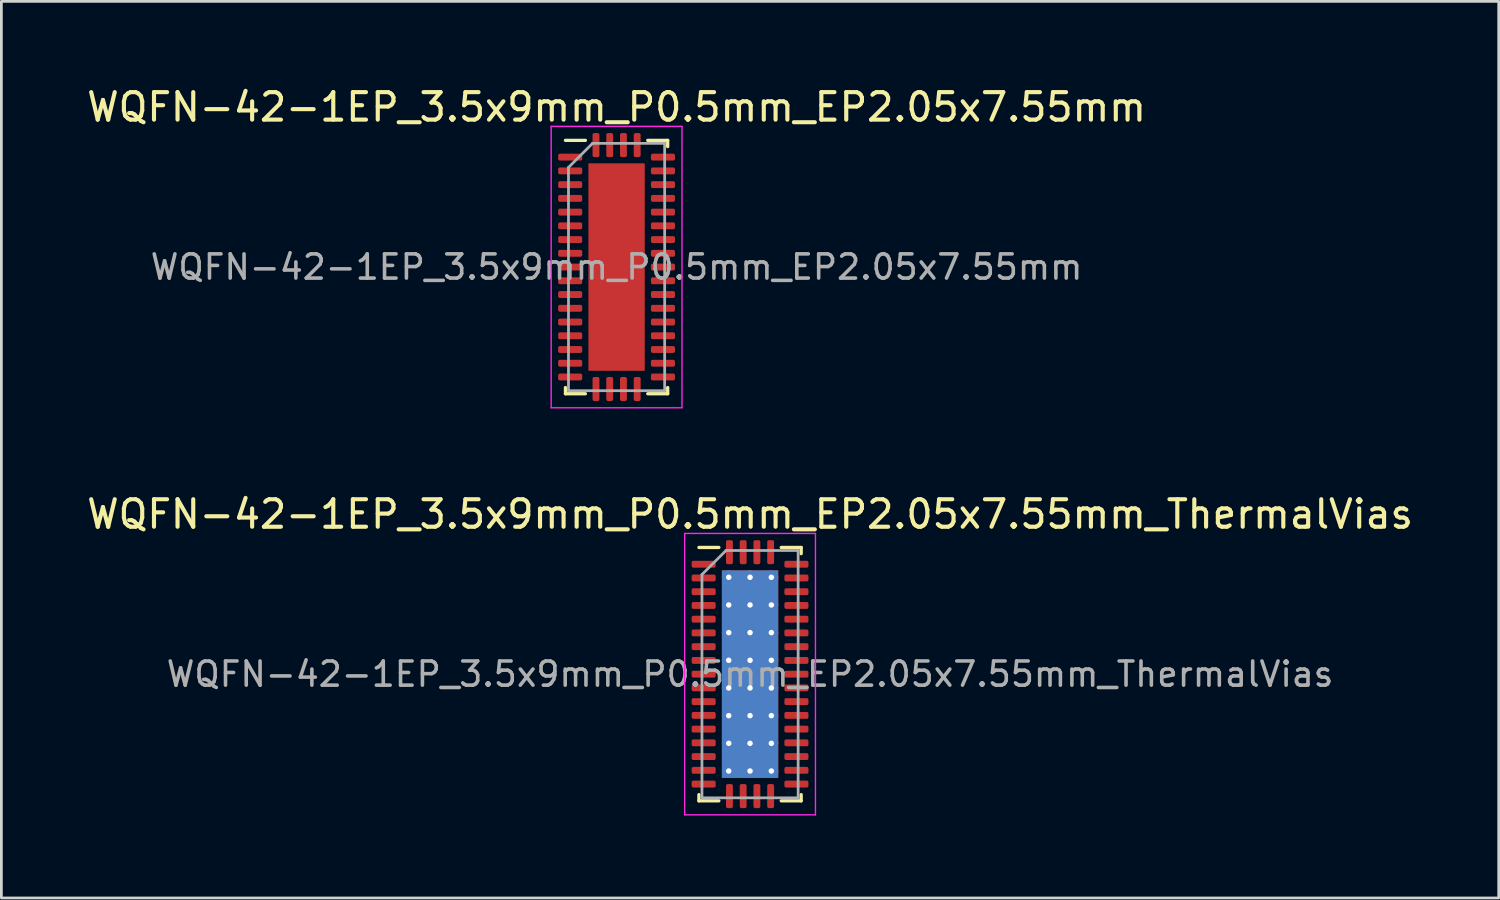
<source format=kicad_pcb>
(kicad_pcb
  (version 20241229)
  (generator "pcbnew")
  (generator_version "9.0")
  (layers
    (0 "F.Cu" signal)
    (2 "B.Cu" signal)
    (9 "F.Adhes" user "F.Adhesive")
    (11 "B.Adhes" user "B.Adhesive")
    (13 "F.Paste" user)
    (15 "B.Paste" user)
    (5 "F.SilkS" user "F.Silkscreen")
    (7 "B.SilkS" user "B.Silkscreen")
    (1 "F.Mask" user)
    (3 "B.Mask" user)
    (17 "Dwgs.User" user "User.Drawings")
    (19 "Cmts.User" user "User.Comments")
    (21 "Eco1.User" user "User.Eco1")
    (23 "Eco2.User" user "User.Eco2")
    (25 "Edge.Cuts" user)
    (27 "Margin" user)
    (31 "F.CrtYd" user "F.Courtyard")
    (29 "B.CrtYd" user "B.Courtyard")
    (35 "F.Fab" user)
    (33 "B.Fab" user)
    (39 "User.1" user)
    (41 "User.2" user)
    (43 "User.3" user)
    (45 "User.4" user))
  (footprint "WQFN-42-1EP_3.5x9mm_P0.5mm_EP2.05x7.55mm"
    (layer "F.Cu")
    (at 19.387 6.668)
    (property "Reference" "WQFN-42-1EP_3.5x9mm_P0.5mm_EP2.05x7.55mm" (at 0 -5.82 0) (layer "F.SilkS") (effects (font (size 1 1) (thickness 0.15))))
    (attr smd)
    (fp_line (start -1.86 4.61) (end -1.86 4.385) (stroke (width 0.12) (type solid)) (layer "F.SilkS"))
    (fp_line (start -1.135 -4.61) (end -1.86 -4.61) (stroke (width 0.12) (type solid)) (layer "F.SilkS"))
    (fp_line (start -1.135 4.61) (end -1.86 4.61) (stroke (width 0.12) (type solid)) (layer "F.SilkS"))
    (fp_line (start 1.135 -4.61) (end 1.86 -4.61) (stroke (width 0.12) (type solid)) (layer "F.SilkS"))
    (fp_line (start 1.135 4.61) (end 1.86 4.61) (stroke (width 0.12) (type solid)) (layer "F.SilkS"))
    (fp_line (start 1.86 -4.61) (end 1.86 -4.385) (stroke (width 0.12) (type solid)) (layer "F.SilkS"))
    (fp_line (start 1.86 4.61) (end 1.86 4.385) (stroke (width 0.12) (type solid)) (layer "F.SilkS"))
    (fp_line (start -2.38 -5.12) (end -2.38 5.12) (stroke (width 0.05) (type solid)) (layer "F.CrtYd"))
    (fp_line (start -2.38 5.12) (end 2.38 5.12) (stroke (width 0.05) (type solid)) (layer "F.CrtYd"))
    (fp_line (start 2.38 -5.12) (end -2.38 -5.12) (stroke (width 0.05) (type solid)) (layer "F.CrtYd"))
    (fp_line (start 2.38 5.12) (end 2.38 -5.12) (stroke (width 0.05) (type solid)) (layer "F.CrtYd"))
    (fp_line (start -1.75 -3.625) (end -0.875 -4.5) (stroke (width 0.1) (type solid)) (layer "F.Fab"))
    (fp_line (start -1.75 4.5) (end -1.75 -3.625) (stroke (width 0.1) (type solid)) (layer "F.Fab"))
    (fp_line (start -0.875 -4.5) (end 1.75 -4.5) (stroke (width 0.1) (type solid)) (layer "F.Fab"))
    (fp_line (start 1.75 -4.5) (end 1.75 4.5) (stroke (width 0.1) (type solid)) (layer "F.Fab"))
    (fp_line (start 1.75 4.5) (end -1.75 4.5) (stroke (width 0.1) (type solid)) (layer "F.Fab"))
    (fp_text user "${REFERENCE}" (at 0 0 0) (layer "F.Fab") (effects (font (size 0.88 0.88) (thickness 0.13))))
    (pad "" smd roundrect (at -0.51 -3.24) (size 0.83 0.87) (layers "F.Paste") (roundrect_rratio 0.25))
    (pad "" smd roundrect (at -0.51 -2.16) (size 0.83 0.87) (layers "F.Paste") (roundrect_rratio 0.25))
    (pad "" smd roundrect (at -0.51 -1.08) (size 0.83 0.87) (layers "F.Paste") (roundrect_rratio 0.25))
    (pad "" smd roundrect (at -0.51 0) (size 0.83 0.87) (layers "F.Paste") (roundrect_rratio 0.25))
    (pad "" smd roundrect (at -0.51 1.08) (size 0.83 0.87) (layers "F.Paste") (roundrect_rratio 0.25))
    (pad "" smd roundrect (at -0.51 2.16) (size 0.83 0.87) (layers "F.Paste") (roundrect_rratio 0.25))
    (pad "" smd roundrect (at -0.51 3.24) (size 0.83 0.87) (layers "F.Paste") (roundrect_rratio 0.25))
    (pad "" smd roundrect (at 0.51 -3.24) (size 0.83 0.87) (layers "F.Paste") (roundrect_rratio 0.25))
    (pad "" smd roundrect (at 0.51 -2.16) (size 0.83 0.87) (layers "F.Paste") (roundrect_rratio 0.25))
    (pad "" smd roundrect (at 0.51 -1.08) (size 0.83 0.87) (layers "F.Paste") (roundrect_rratio 0.25))
    (pad "" smd roundrect (at 0.51 0) (size 0.83 0.87) (layers "F.Paste") (roundrect_rratio 0.25))
    (pad "" smd roundrect (at 0.51 1.08) (size 0.83 0.87) (layers "F.Paste") (roundrect_rratio 0.25))
    (pad "" smd roundrect (at 0.51 2.16) (size 0.83 0.87) (layers "F.Paste") (roundrect_rratio 0.25))
    (pad "" smd roundrect (at 0.51 3.24) (size 0.83 0.87) (layers "F.Paste") (roundrect_rratio 0.25))
    (pad "1" smd roundrect (at -1.688 -4) (size 0.875 0.25) (layers "F.Cu" "F.Mask" "F.Paste") (roundrect_rratio 0.25))
    (pad "2" smd roundrect (at -1.688 -3.5) (size 0.875 0.25) (layers "F.Cu" "F.Mask" "F.Paste") (roundrect_rratio 0.25))
    (pad "3" smd roundrect (at -1.688 -3) (size 0.875 0.25) (layers "F.Cu" "F.Mask" "F.Paste") (roundrect_rratio 0.25))
    (pad "4" smd roundrect (at -1.688 -2.5) (size 0.875 0.25) (layers "F.Cu" "F.Mask" "F.Paste") (roundrect_rratio 0.25))
    (pad "5" smd roundrect (at -1.688 -2) (size 0.875 0.25) (layers "F.Cu" "F.Mask" "F.Paste") (roundrect_rratio 0.25))
    (pad "6" smd roundrect (at -1.688 -1.5) (size 0.875 0.25) (layers "F.Cu" "F.Mask" "F.Paste") (roundrect_rratio 0.25))
    (pad "7" smd roundrect (at -1.688 -1) (size 0.875 0.25) (layers "F.Cu" "F.Mask" "F.Paste") (roundrect_rratio 0.25))
    (pad "8" smd roundrect (at -1.688 -0.5) (size 0.875 0.25) (layers "F.Cu" "F.Mask" "F.Paste") (roundrect_rratio 0.25))
    (pad "9" smd roundrect (at -1.688 0) (size 0.875 0.25) (layers "F.Cu" "F.Mask" "F.Paste") (roundrect_rratio 0.25))
    (pad "10" smd roundrect (at -1.688 0.5) (size 0.875 0.25) (layers "F.Cu" "F.Mask" "F.Paste") (roundrect_rratio 0.25))
    (pad "11" smd roundrect (at -1.688 1) (size 0.875 0.25) (layers "F.Cu" "F.Mask" "F.Paste") (roundrect_rratio 0.25))
    (pad "12" smd roundrect (at -1.688 1.5) (size 0.875 0.25) (layers "F.Cu" "F.Mask" "F.Paste") (roundrect_rratio 0.25))
    (pad "13" smd roundrect (at -1.688 2) (size 0.875 0.25) (layers "F.Cu" "F.Mask" "F.Paste") (roundrect_rratio 0.25))
    (pad "14" smd roundrect (at -1.688 2.5) (size 0.875 0.25) (layers "F.Cu" "F.Mask" "F.Paste") (roundrect_rratio 0.25))
    (pad "15" smd roundrect (at -1.688 3) (size 0.875 0.25) (layers "F.Cu" "F.Mask" "F.Paste") (roundrect_rratio 0.25))
    (pad "16" smd roundrect (at -1.688 3.5) (size 0.875 0.25) (layers "F.Cu" "F.Mask" "F.Paste") (roundrect_rratio 0.25))
    (pad "17" smd roundrect (at -1.688 4) (size 0.875 0.25) (layers "F.Cu" "F.Mask" "F.Paste") (roundrect_rratio 0.25))
    (pad "18" smd roundrect (at -0.75 4.438) (size 0.25 0.875) (layers "F.Cu" "F.Mask" "F.Paste") (roundrect_rratio 0.25))
    (pad "19" smd roundrect (at -0.25 4.438) (size 0.25 0.875) (layers "F.Cu" "F.Mask" "F.Paste") (roundrect_rratio 0.25))
    (pad "20" smd roundrect (at 0.25 4.438) (size 0.25 0.875) (layers "F.Cu" "F.Mask" "F.Paste") (roundrect_rratio 0.25))
    (pad "21" smd roundrect (at 0.75 4.438) (size 0.25 0.875) (layers "F.Cu" "F.Mask" "F.Paste") (roundrect_rratio 0.25))
    (pad "22" smd roundrect (at 1.688 4) (size 0.875 0.25) (layers "F.Cu" "F.Mask" "F.Paste") (roundrect_rratio 0.25))
    (pad "23" smd roundrect (at 1.688 3.5) (size 0.875 0.25) (layers "F.Cu" "F.Mask" "F.Paste") (roundrect_rratio 0.25))
    (pad "24" smd roundrect (at 1.688 3) (size 0.875 0.25) (layers "F.Cu" "F.Mask" "F.Paste") (roundrect_rratio 0.25))
    (pad "25" smd roundrect (at 1.688 2.5) (size 0.875 0.25) (layers "F.Cu" "F.Mask" "F.Paste") (roundrect_rratio 0.25))
    (pad "26" smd roundrect (at 1.688 2) (size 0.875 0.25) (layers "F.Cu" "F.Mask" "F.Paste") (roundrect_rratio 0.25))
    (pad "27" smd roundrect (at 1.688 1.5) (size 0.875 0.25) (layers "F.Cu" "F.Mask" "F.Paste") (roundrect_rratio 0.25))
    (pad "28" smd roundrect (at 1.688 1) (size 0.875 0.25) (layers "F.Cu" "F.Mask" "F.Paste") (roundrect_rratio 0.25))
    (pad "29" smd roundrect (at 1.688 0.5) (size 0.875 0.25) (layers "F.Cu" "F.Mask" "F.Paste") (roundrect_rratio 0.25))
    (pad "30" smd roundrect (at 1.688 0) (size 0.875 0.25) (layers "F.Cu" "F.Mask" "F.Paste") (roundrect_rratio 0.25))
    (pad "31" smd roundrect (at 1.688 -0.5) (size 0.875 0.25) (layers "F.Cu" "F.Mask" "F.Paste") (roundrect_rratio 0.25))
    (pad "32" smd roundrect (at 1.688 -1) (size 0.875 0.25) (layers "F.Cu" "F.Mask" "F.Paste") (roundrect_rratio 0.25))
    (pad "33" smd roundrect (at 1.688 -1.5) (size 0.875 0.25) (layers "F.Cu" "F.Mask" "F.Paste") (roundrect_rratio 0.25))
    (pad "34" smd roundrect (at 1.688 -2) (size 0.875 0.25) (layers "F.Cu" "F.Mask" "F.Paste") (roundrect_rratio 0.25))
    (pad "35" smd roundrect (at 1.688 -2.5) (size 0.875 0.25) (layers "F.Cu" "F.Mask" "F.Paste") (roundrect_rratio 0.25))
    (pad "36" smd roundrect (at 1.688 -3) (size 0.875 0.25) (layers "F.Cu" "F.Mask" "F.Paste") (roundrect_rratio 0.25))
    (pad "37" smd roundrect (at 1.688 -3.5) (size 0.875 0.25) (layers "F.Cu" "F.Mask" "F.Paste") (roundrect_rratio 0.25))
    (pad "38" smd roundrect (at 1.688 -4) (size 0.875 0.25) (layers "F.Cu" "F.Mask" "F.Paste") (roundrect_rratio 0.25))
    (pad "39" smd roundrect (at 0.75 -4.438) (size 0.25 0.875) (layers "F.Cu" "F.Mask" "F.Paste") (roundrect_rratio 0.25))
    (pad "40" smd roundrect (at 0.25 -4.438) (size 0.25 0.875) (layers "F.Cu" "F.Mask" "F.Paste") (roundrect_rratio 0.25))
    (pad "41" smd roundrect (at -0.25 -4.438) (size 0.25 0.875) (layers "F.Cu" "F.Mask" "F.Paste") (roundrect_rratio 0.25))
    (pad "42" smd roundrect (at -0.75 -4.438) (size 0.25 0.875) (layers "F.Cu" "F.Mask" "F.Paste") (roundrect_rratio 0.25))
    (pad "43" smd rect (at 0 0) (size 2.05 7.55) (layers "F.Cu" "F.Mask")))
  (footprint "WQFN-42-1EP_3.5x9mm_P0.5mm_EP2.05x7.55mm_ThermalVias"
    (layer "F.Cu")
    (at 24.244 21.482)
    (property "Reference" "WQFN-42-1EP_3.5x9mm_P0.5mm_EP2.05x7.55mm_ThermalVias" (at 0 -5.82 0) (layer "F.SilkS") (effects (font (size 1 1) (thickness 0.15))))
    (attr smd)
    (fp_line (start -1.86 4.61) (end -1.86 4.385) (stroke (width 0.12) (type solid)) (layer "F.SilkS"))
    (fp_line (start -1.135 -4.61) (end -1.86 -4.61) (stroke (width 0.12) (type solid)) (layer "F.SilkS"))
    (fp_line (start -1.135 4.61) (end -1.86 4.61) (stroke (width 0.12) (type solid)) (layer "F.SilkS"))
    (fp_line (start 1.135 -4.61) (end 1.86 -4.61) (stroke (width 0.12) (type solid)) (layer "F.SilkS"))
    (fp_line (start 1.135 4.61) (end 1.86 4.61) (stroke (width 0.12) (type solid)) (layer "F.SilkS"))
    (fp_line (start 1.86 -4.61) (end 1.86 -4.385) (stroke (width 0.12) (type solid)) (layer "F.SilkS"))
    (fp_line (start 1.86 4.61) (end 1.86 4.385) (stroke (width 0.12) (type solid)) (layer "F.SilkS"))
    (fp_line (start -2.38 -5.12) (end -2.38 5.12) (stroke (width 0.05) (type solid)) (layer "F.CrtYd"))
    (fp_line (start -2.38 5.12) (end 2.38 5.12) (stroke (width 0.05) (type solid)) (layer "F.CrtYd"))
    (fp_line (start 2.38 -5.12) (end -2.38 -5.12) (stroke (width 0.05) (type solid)) (layer "F.CrtYd"))
    (fp_line (start 2.38 5.12) (end 2.38 -5.12) (stroke (width 0.05) (type solid)) (layer "F.CrtYd"))
    (fp_line (start -1.75 -3.625) (end -0.875 -4.5) (stroke (width 0.1) (type solid)) (layer "F.Fab"))
    (fp_line (start -1.75 4.5) (end -1.75 -3.625) (stroke (width 0.1) (type solid)) (layer "F.Fab"))
    (fp_line (start -0.875 -4.5) (end 1.75 -4.5) (stroke (width 0.1) (type solid)) (layer "F.Fab"))
    (fp_line (start 1.75 -4.5) (end 1.75 4.5) (stroke (width 0.1) (type solid)) (layer "F.Fab"))
    (fp_line (start 1.75 4.5) (end -1.75 4.5) (stroke (width 0.1) (type solid)) (layer "F.Fab"))
    (fp_text user "${REFERENCE}" (at 0 0 0) (layer "F.Fab") (effects (font (size 0.88 0.88) (thickness 0.13))))
    (pad "" smd roundrect (at -0.51 -3.24) (size 0.83 0.87) (layers "F.Paste") (roundrect_rratio 0.25))
    (pad "" smd roundrect (at -0.51 -2.16) (size 0.83 0.87) (layers "F.Paste") (roundrect_rratio 0.25))
    (pad "" smd roundrect (at -0.51 -1.08) (size 0.83 0.87) (layers "F.Paste") (roundrect_rratio 0.25))
    (pad "" smd roundrect (at -0.51 0) (size 0.83 0.87) (layers "F.Paste") (roundrect_rratio 0.25))
    (pad "" smd roundrect (at -0.51 1.08) (size 0.83 0.87) (layers "F.Paste") (roundrect_rratio 0.25))
    (pad "" smd roundrect (at -0.51 2.16) (size 0.83 0.87) (layers "F.Paste") (roundrect_rratio 0.25))
    (pad "" smd roundrect (at -0.51 3.24) (size 0.83 0.87) (layers "F.Paste") (roundrect_rratio 0.25))
    (pad "" smd roundrect (at 0.51 -3.24) (size 0.83 0.87) (layers "F.Paste") (roundrect_rratio 0.25))
    (pad "" smd roundrect (at 0.51 -2.16) (size 0.83 0.87) (layers "F.Paste") (roundrect_rratio 0.25))
    (pad "" smd roundrect (at 0.51 -1.08) (size 0.83 0.87) (layers "F.Paste") (roundrect_rratio 0.25))
    (pad "" smd roundrect (at 0.51 0) (size 0.83 0.87) (layers "F.Paste") (roundrect_rratio 0.25))
    (pad "" smd roundrect (at 0.51 1.08) (size 0.83 0.87) (layers "F.Paste") (roundrect_rratio 0.25))
    (pad "" smd roundrect (at 0.51 2.16) (size 0.83 0.87) (layers "F.Paste") (roundrect_rratio 0.25))
    (pad "" smd roundrect (at 0.51 3.24) (size 0.83 0.87) (layers "F.Paste") (roundrect_rratio 0.25))
    (pad "1" smd roundrect (at -1.688 -4) (size 0.875 0.25) (layers "F.Cu" "F.Mask" "F.Paste") (roundrect_rratio 0.25))
    (pad "2" smd roundrect (at -1.688 -3.5) (size 0.875 0.25) (layers "F.Cu" "F.Mask" "F.Paste") (roundrect_rratio 0.25))
    (pad "3" smd roundrect (at -1.688 -3) (size 0.875 0.25) (layers "F.Cu" "F.Mask" "F.Paste") (roundrect_rratio 0.25))
    (pad "4" smd roundrect (at -1.688 -2.5) (size 0.875 0.25) (layers "F.Cu" "F.Mask" "F.Paste") (roundrect_rratio 0.25))
    (pad "5" smd roundrect (at -1.688 -2) (size 0.875 0.25) (layers "F.Cu" "F.Mask" "F.Paste") (roundrect_rratio 0.25))
    (pad "6" smd roundrect (at -1.688 -1.5) (size 0.875 0.25) (layers "F.Cu" "F.Mask" "F.Paste") (roundrect_rratio 0.25))
    (pad "7" smd roundrect (at -1.688 -1) (size 0.875 0.25) (layers "F.Cu" "F.Mask" "F.Paste") (roundrect_rratio 0.25))
    (pad "8" smd roundrect (at -1.688 -0.5) (size 0.875 0.25) (layers "F.Cu" "F.Mask" "F.Paste") (roundrect_rratio 0.25))
    (pad "9" smd roundrect (at -1.688 0) (size 0.875 0.25) (layers "F.Cu" "F.Mask" "F.Paste") (roundrect_rratio 0.25))
    (pad "10" smd roundrect (at -1.688 0.5) (size 0.875 0.25) (layers "F.Cu" "F.Mask" "F.Paste") (roundrect_rratio 0.25))
    (pad "11" smd roundrect (at -1.688 1) (size 0.875 0.25) (layers "F.Cu" "F.Mask" "F.Paste") (roundrect_rratio 0.25))
    (pad "12" smd roundrect (at -1.688 1.5) (size 0.875 0.25) (layers "F.Cu" "F.Mask" "F.Paste") (roundrect_rratio 0.25))
    (pad "13" smd roundrect (at -1.688 2) (size 0.875 0.25) (layers "F.Cu" "F.Mask" "F.Paste") (roundrect_rratio 0.25))
    (pad "14" smd roundrect (at -1.688 2.5) (size 0.875 0.25) (layers "F.Cu" "F.Mask" "F.Paste") (roundrect_rratio 0.25))
    (pad "15" smd roundrect (at -1.688 3) (size 0.875 0.25) (layers "F.Cu" "F.Mask" "F.Paste") (roundrect_rratio 0.25))
    (pad "16" smd roundrect (at -1.688 3.5) (size 0.875 0.25) (layers "F.Cu" "F.Mask" "F.Paste") (roundrect_rratio 0.25))
    (pad "17" smd roundrect (at -1.688 4) (size 0.875 0.25) (layers "F.Cu" "F.Mask" "F.Paste") (roundrect_rratio 0.25))
    (pad "18" smd roundrect (at -0.75 4.438) (size 0.25 0.875) (layers "F.Cu" "F.Mask" "F.Paste") (roundrect_rratio 0.25))
    (pad "19" smd roundrect (at -0.25 4.438) (size 0.25 0.875) (layers "F.Cu" "F.Mask" "F.Paste") (roundrect_rratio 0.25))
    (pad "20" smd roundrect (at 0.25 4.438) (size 0.25 0.875) (layers "F.Cu" "F.Mask" "F.Paste") (roundrect_rratio 0.25))
    (pad "21" smd roundrect (at 0.75 4.438) (size 0.25 0.875) (layers "F.Cu" "F.Mask" "F.Paste") (roundrect_rratio 0.25))
    (pad "22" smd roundrect (at 1.688 4) (size 0.875 0.25) (layers "F.Cu" "F.Mask" "F.Paste") (roundrect_rratio 0.25))
    (pad "23" smd roundrect (at 1.688 3.5) (size 0.875 0.25) (layers "F.Cu" "F.Mask" "F.Paste") (roundrect_rratio 0.25))
    (pad "24" smd roundrect (at 1.688 3) (size 0.875 0.25) (layers "F.Cu" "F.Mask" "F.Paste") (roundrect_rratio 0.25))
    (pad "25" smd roundrect (at 1.688 2.5) (size 0.875 0.25) (layers "F.Cu" "F.Mask" "F.Paste") (roundrect_rratio 0.25))
    (pad "26" smd roundrect (at 1.688 2) (size 0.875 0.25) (layers "F.Cu" "F.Mask" "F.Paste") (roundrect_rratio 0.25))
    (pad "27" smd roundrect (at 1.688 1.5) (size 0.875 0.25) (layers "F.Cu" "F.Mask" "F.Paste") (roundrect_rratio 0.25))
    (pad "28" smd roundrect (at 1.688 1) (size 0.875 0.25) (layers "F.Cu" "F.Mask" "F.Paste") (roundrect_rratio 0.25))
    (pad "29" smd roundrect (at 1.688 0.5) (size 0.875 0.25) (layers "F.Cu" "F.Mask" "F.Paste") (roundrect_rratio 0.25))
    (pad "30" smd roundrect (at 1.688 0) (size 0.875 0.25) (layers "F.Cu" "F.Mask" "F.Paste") (roundrect_rratio 0.25))
    (pad "31" smd roundrect (at 1.688 -0.5) (size 0.875 0.25) (layers "F.Cu" "F.Mask" "F.Paste") (roundrect_rratio 0.25))
    (pad "32" smd roundrect (at 1.688 -1) (size 0.875 0.25) (layers "F.Cu" "F.Mask" "F.Paste") (roundrect_rratio 0.25))
    (pad "33" smd roundrect (at 1.688 -1.5) (size 0.875 0.25) (layers "F.Cu" "F.Mask" "F.Paste") (roundrect_rratio 0.25))
    (pad "34" smd roundrect (at 1.688 -2) (size 0.875 0.25) (layers "F.Cu" "F.Mask" "F.Paste") (roundrect_rratio 0.25))
    (pad "35" smd roundrect (at 1.688 -2.5) (size 0.875 0.25) (layers "F.Cu" "F.Mask" "F.Paste") (roundrect_rratio 0.25))
    (pad "36" smd roundrect (at 1.688 -3) (size 0.875 0.25) (layers "F.Cu" "F.Mask" "F.Paste") (roundrect_rratio 0.25))
    (pad "37" smd roundrect (at 1.688 -3.5) (size 0.875 0.25) (layers "F.Cu" "F.Mask" "F.Paste") (roundrect_rratio 0.25))
    (pad "38" smd roundrect (at 1.688 -4) (size 0.875 0.25) (layers "F.Cu" "F.Mask" "F.Paste") (roundrect_rratio 0.25))
    (pad "39" smd roundrect (at 0.75 -4.438) (size 0.25 0.875) (layers "F.Cu" "F.Mask" "F.Paste") (roundrect_rratio 0.25))
    (pad "40" smd roundrect (at 0.25 -4.438) (size 0.25 0.875) (layers "F.Cu" "F.Mask" "F.Paste") (roundrect_rratio 0.25))
    (pad "41" smd roundrect (at -0.25 -4.438) (size 0.25 0.875) (layers "F.Cu" "F.Mask" "F.Paste") (roundrect_rratio 0.25))
    (pad "42" smd roundrect (at -0.75 -4.438) (size 0.25 0.875) (layers "F.Cu" "F.Mask" "F.Paste") (roundrect_rratio 0.25))
    (pad "43" thru_hole circle (at -0.775 -3.525) (size 0.5 0.5) (drill 0.2) (layers "*.Cu"))
    (pad "43" thru_hole circle (at -0.775 -2.518) (size 0.5 0.5) (drill 0.2) (layers "*.Cu"))
    (pad "43" thru_hole circle (at -0.775 -1.511) (size 0.5 0.5) (drill 0.2) (layers "*.Cu"))
    (pad "43" thru_hole circle (at -0.775 -0.504) (size 0.5 0.5) (drill 0.2) (layers "*.Cu"))
    (pad "43" thru_hole circle (at -0.775 0.504) (size 0.5 0.5) (drill 0.2) (layers "*.Cu"))
    (pad "43" thru_hole circle (at -0.775 1.511) (size 0.5 0.5) (drill 0.2) (layers "*.Cu"))
    (pad "43" thru_hole circle (at -0.775 2.518) (size 0.5 0.5) (drill 0.2) (layers "*.Cu"))
    (pad "43" thru_hole circle (at -0.775 3.525) (size 0.5 0.5) (drill 0.2) (layers "*.Cu"))
    (pad "43" thru_hole circle (at 0 -3.525) (size 0.5 0.5) (drill 0.2) (layers "*.Cu"))
    (pad "43" thru_hole circle (at 0 -2.518) (size 0.5 0.5) (drill 0.2) (layers "*.Cu"))
    (pad "43" thru_hole circle (at 0 -1.511) (size 0.5 0.5) (drill 0.2) (layers "*.Cu"))
    (pad "43" thru_hole circle (at 0 -0.504) (size 0.5 0.5) (drill 0.2) (layers "*.Cu"))
    (pad "43" smd rect (at 0 0) (size 2.05 7.55) (layers "F.Cu" "F.Mask"))
    (pad "43" smd rect (at 0 0) (size 2.05 7.55) (layers "B.Cu"))
    (pad "43" thru_hole circle (at 0 0.504) (size 0.5 0.5) (drill 0.2) (layers "*.Cu"))
    (pad "43" thru_hole circle (at 0 1.511) (size 0.5 0.5) (drill 0.2) (layers "*.Cu"))
    (pad "43" thru_hole circle (at 0 2.518) (size 0.5 0.5) (drill 0.2) (layers "*.Cu"))
    (pad "43" thru_hole circle (at 0 3.525) (size 0.5 0.5) (drill 0.2) (layers "*.Cu"))
    (pad "43" thru_hole circle (at 0.775 -3.525) (size 0.5 0.5) (drill 0.2) (layers "*.Cu"))
    (pad "43" thru_hole circle (at 0.775 -2.518) (size 0.5 0.5) (drill 0.2) (layers "*.Cu"))
    (pad "43" thru_hole circle (at 0.775 -1.511) (size 0.5 0.5) (drill 0.2) (layers "*.Cu"))
    (pad "43" thru_hole circle (at 0.775 -0.504) (size 0.5 0.5) (drill 0.2) (layers "*.Cu"))
    (pad "43" thru_hole circle (at 0.775 0.504) (size 0.5 0.5) (drill 0.2) (layers "*.Cu"))
    (pad "43" thru_hole circle (at 0.775 1.511) (size 0.5 0.5) (drill 0.2) (layers "*.Cu"))
    (pad "43" thru_hole circle (at 0.775 2.518) (size 0.5 0.5) (drill 0.2) (layers "*.Cu"))
    (pad "43" thru_hole circle (at 0.775 3.525) (size 0.5 0.5) (drill 0.2) (layers "*.Cu")))
  (gr_rect
    (start -3 -3)
    (end 51.488 29.627)
    (stroke (width 0.1) (type default))
    (fill no)
    (layer "Edge.Cuts")))
</source>
